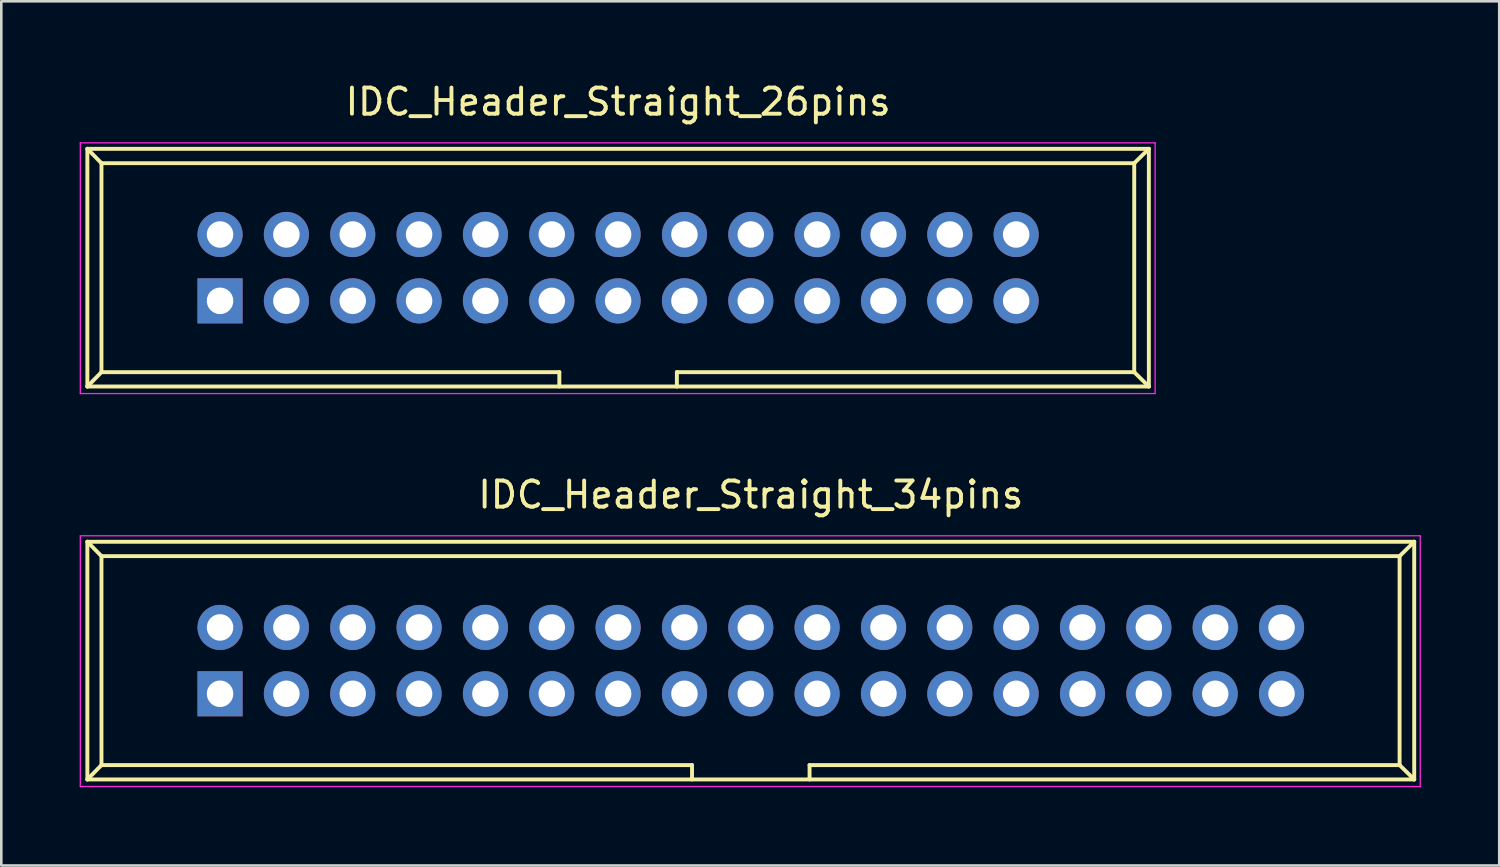
<source format=kicad_pcb>
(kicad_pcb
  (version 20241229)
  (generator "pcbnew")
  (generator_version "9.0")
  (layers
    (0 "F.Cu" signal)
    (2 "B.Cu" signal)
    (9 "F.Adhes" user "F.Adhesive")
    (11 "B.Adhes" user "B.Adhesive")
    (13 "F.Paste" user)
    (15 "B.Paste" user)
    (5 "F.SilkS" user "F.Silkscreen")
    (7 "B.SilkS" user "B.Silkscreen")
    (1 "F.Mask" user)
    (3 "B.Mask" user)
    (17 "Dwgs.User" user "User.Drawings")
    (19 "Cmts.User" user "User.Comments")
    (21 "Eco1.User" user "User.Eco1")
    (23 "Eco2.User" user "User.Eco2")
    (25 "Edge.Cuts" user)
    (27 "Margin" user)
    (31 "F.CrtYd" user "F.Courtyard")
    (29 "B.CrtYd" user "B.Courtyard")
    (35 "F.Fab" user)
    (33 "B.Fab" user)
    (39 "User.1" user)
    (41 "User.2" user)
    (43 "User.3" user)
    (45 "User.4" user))
  (footprint "IDC_Header_Straight_34pins"
    (layer "F.Cu")
    (at 5.375 23.512)
    (property "Reference" "IDC_Header_Straight_34pins" (at 20.32 -7.62 0) (layer "F.SilkS") (effects (font (size 1 1) (thickness 0.15))))
    (attr through_hole)
    (fp_line (start -5.08 -5.82) (end -5.08 3.28) (stroke (width 0.15) (type solid)) (layer "F.SilkS"))
    (fp_line (start -5.08 -5.82) (end -4.54 -5.27) (stroke (width 0.15) (type solid)) (layer "F.SilkS"))
    (fp_line (start -5.08 -5.82) (end 45.72 -5.82) (stroke (width 0.15) (type solid)) (layer "F.SilkS"))
    (fp_line (start -5.08 3.28) (end -4.54 2.73) (stroke (width 0.15) (type solid)) (layer "F.SilkS"))
    (fp_line (start -5.08 3.28) (end 45.72 3.28) (stroke (width 0.15) (type solid)) (layer "F.SilkS"))
    (fp_line (start -4.54 -5.27) (end -4.54 2.73) (stroke (width 0.15) (type solid)) (layer "F.SilkS"))
    (fp_line (start -4.54 -5.27) (end 45.16 -5.27) (stroke (width 0.15) (type solid)) (layer "F.SilkS"))
    (fp_line (start -4.54 2.73) (end 18.07 2.73) (stroke (width 0.15) (type solid)) (layer "F.SilkS"))
    (fp_line (start 18.07 2.73) (end 18.07 3.28) (stroke (width 0.15) (type solid)) (layer "F.SilkS"))
    (fp_line (start 22.57 2.73) (end 22.57 3.28) (stroke (width 0.15) (type solid)) (layer "F.SilkS"))
    (fp_line (start 22.57 2.73) (end 45.16 2.73) (stroke (width 0.15) (type solid)) (layer "F.SilkS"))
    (fp_line (start 45.16 -5.27) (end 45.16 2.73) (stroke (width 0.15) (type solid)) (layer "F.SilkS"))
    (fp_line (start 45.72 -5.82) (end 45.16 -5.27) (stroke (width 0.15) (type solid)) (layer "F.SilkS"))
    (fp_line (start 45.72 -5.82) (end 45.72 3.28) (stroke (width 0.15) (type solid)) (layer "F.SilkS"))
    (fp_line (start 45.72 3.28) (end 45.16 2.73) (stroke (width 0.15) (type solid)) (layer "F.SilkS"))
    (fp_line (start -5.35 -6.05) (end 45.95 -6.05) (stroke (width 0.05) (type solid)) (layer "F.CrtYd"))
    (fp_line (start -5.35 3.55) (end -5.35 -6.05) (stroke (width 0.05) (type solid)) (layer "F.CrtYd"))
    (fp_line (start 45.95 -6.05) (end 45.95 3.55) (stroke (width 0.05) (type solid)) (layer "F.CrtYd"))
    (fp_line (start 45.95 3.55) (end -5.35 3.55) (stroke (width 0.05) (type solid)) (layer "F.CrtYd"))
    (pad "1" thru_hole rect (at 0 0) (size 1.727 1.727) (drill 1.016) (layers "*.Cu" "*.Mask"))
    (pad "2" thru_hole oval (at 0 -2.54) (size 1.727 1.727) (drill 1.016) (layers "*.Cu" "*.Mask"))
    (pad "3" thru_hole oval (at 2.54 0) (size 1.727 1.727) (drill 1.016) (layers "*.Cu" "*.Mask"))
    (pad "4" thru_hole oval (at 2.54 -2.54) (size 1.727 1.727) (drill 1.016) (layers "*.Cu" "*.Mask"))
    (pad "5" thru_hole oval (at 5.08 0) (size 1.727 1.727) (drill 1.016) (layers "*.Cu" "*.Mask"))
    (pad "6" thru_hole oval (at 5.08 -2.54) (size 1.727 1.727) (drill 1.016) (layers "*.Cu" "*.Mask"))
    (pad "7" thru_hole oval (at 7.62 0) (size 1.727 1.727) (drill 1.016) (layers "*.Cu" "*.Mask"))
    (pad "8" thru_hole oval (at 7.62 -2.54) (size 1.727 1.727) (drill 1.016) (layers "*.Cu" "*.Mask"))
    (pad "9" thru_hole oval (at 10.16 0) (size 1.727 1.727) (drill 1.016) (layers "*.Cu" "*.Mask"))
    (pad "10" thru_hole oval (at 10.16 -2.54) (size 1.727 1.727) (drill 1.016) (layers "*.Cu" "*.Mask"))
    (pad "11" thru_hole oval (at 12.7 0) (size 1.727 1.727) (drill 1.016) (layers "*.Cu" "*.Mask"))
    (pad "12" thru_hole oval (at 12.7 -2.54) (size 1.727 1.727) (drill 1.016) (layers "*.Cu" "*.Mask"))
    (pad "13" thru_hole oval (at 15.24 0) (size 1.727 1.727) (drill 1.016) (layers "*.Cu" "*.Mask"))
    (pad "14" thru_hole oval (at 15.24 -2.54) (size 1.727 1.727) (drill 1.016) (layers "*.Cu" "*.Mask"))
    (pad "15" thru_hole oval (at 17.78 0) (size 1.727 1.727) (drill 1.016) (layers "*.Cu" "*.Mask"))
    (pad "16" thru_hole oval (at 17.78 -2.54) (size 1.727 1.727) (drill 1.016) (layers "*.Cu" "*.Mask"))
    (pad "17" thru_hole oval (at 20.32 0) (size 1.727 1.727) (drill 1.016) (layers "*.Cu" "*.Mask"))
    (pad "18" thru_hole oval (at 20.32 -2.54) (size 1.727 1.727) (drill 1.016) (layers "*.Cu" "*.Mask"))
    (pad "19" thru_hole oval (at 22.86 0) (size 1.727 1.727) (drill 1.016) (layers "*.Cu" "*.Mask"))
    (pad "20" thru_hole oval (at 22.86 -2.54) (size 1.727 1.727) (drill 1.016) (layers "*.Cu" "*.Mask"))
    (pad "21" thru_hole oval (at 25.4 0) (size 1.727 1.727) (drill 1.016) (layers "*.Cu" "*.Mask"))
    (pad "22" thru_hole oval (at 25.4 -2.54) (size 1.727 1.727) (drill 1.016) (layers "*.Cu" "*.Mask"))
    (pad "23" thru_hole oval (at 27.94 0) (size 1.727 1.727) (drill 1.016) (layers "*.Cu" "*.Mask"))
    (pad "24" thru_hole oval (at 27.94 -2.54) (size 1.727 1.727) (drill 1.016) (layers "*.Cu" "*.Mask"))
    (pad "25" thru_hole oval (at 30.48 0) (size 1.727 1.727) (drill 1.016) (layers "*.Cu" "*.Mask"))
    (pad "26" thru_hole oval (at 30.48 -2.54) (size 1.727 1.727) (drill 1.016) (layers "*.Cu" "*.Mask"))
    (pad "27" thru_hole oval (at 33.02 0) (size 1.727 1.727) (drill 1.016) (layers "*.Cu" "*.Mask"))
    (pad "28" thru_hole oval (at 33.02 -2.54) (size 1.727 1.727) (drill 1.016) (layers "*.Cu" "*.Mask"))
    (pad "29" thru_hole oval (at 35.56 0) (size 1.727 1.727) (drill 1.016) (layers "*.Cu" "*.Mask"))
    (pad "30" thru_hole oval (at 35.56 -2.54) (size 1.727 1.727) (drill 1.016) (layers "*.Cu" "*.Mask"))
    (pad "31" thru_hole oval (at 38.1 0) (size 1.727 1.727) (drill 1.016) (layers "*.Cu" "*.Mask"))
    (pad "32" thru_hole oval (at 38.1 -2.54) (size 1.727 1.727) (drill 1.016) (layers "*.Cu" "*.Mask"))
    (pad "33" thru_hole oval (at 40.64 0) (size 1.727 1.727) (drill 1.016) (layers "*.Cu" "*.Mask"))
    (pad "34" thru_hole oval (at 40.64 -2.54) (size 1.727 1.727) (drill 1.016) (layers "*.Cu" "*.Mask")))
  (footprint "IDC_Header_Straight_26pins"
    (layer "F.Cu")
    (at 5.375 8.468)
    (property "Reference" "IDC_Header_Straight_26pins" (at 15.24 -7.62 0) (layer "F.SilkS") (effects (font (size 1 1) (thickness 0.15))))
    (attr through_hole)
    (fp_line (start -5.08 -5.82) (end -5.08 3.28) (stroke (width 0.15) (type solid)) (layer "F.SilkS"))
    (fp_line (start -5.08 -5.82) (end -4.54 -5.27) (stroke (width 0.15) (type solid)) (layer "F.SilkS"))
    (fp_line (start -5.08 -5.82) (end 35.56 -5.82) (stroke (width 0.15) (type solid)) (layer "F.SilkS"))
    (fp_line (start -5.08 3.28) (end -4.54 2.73) (stroke (width 0.15) (type solid)) (layer "F.SilkS"))
    (fp_line (start -5.08 3.28) (end 35.56 3.28) (stroke (width 0.15) (type solid)) (layer "F.SilkS"))
    (fp_line (start -4.54 -5.27) (end -4.54 2.73) (stroke (width 0.15) (type solid)) (layer "F.SilkS"))
    (fp_line (start -4.54 -5.27) (end 35 -5.27) (stroke (width 0.15) (type solid)) (layer "F.SilkS"))
    (fp_line (start -4.54 2.73) (end 12.99 2.73) (stroke (width 0.15) (type solid)) (layer "F.SilkS"))
    (fp_line (start 12.99 2.73) (end 12.99 3.28) (stroke (width 0.15) (type solid)) (layer "F.SilkS"))
    (fp_line (start 17.49 2.73) (end 17.49 3.28) (stroke (width 0.15) (type solid)) (layer "F.SilkS"))
    (fp_line (start 17.49 2.73) (end 35 2.73) (stroke (width 0.15) (type solid)) (layer "F.SilkS"))
    (fp_line (start 35 -5.27) (end 35 2.73) (stroke (width 0.15) (type solid)) (layer "F.SilkS"))
    (fp_line (start 35.56 -5.82) (end 35 -5.27) (stroke (width 0.15) (type solid)) (layer "F.SilkS"))
    (fp_line (start 35.56 -5.82) (end 35.56 3.28) (stroke (width 0.15) (type solid)) (layer "F.SilkS"))
    (fp_line (start 35.56 3.28) (end 35 2.73) (stroke (width 0.15) (type solid)) (layer "F.SilkS"))
    (fp_line (start -5.35 -6.05) (end 35.8 -6.05) (stroke (width 0.05) (type solid)) (layer "F.CrtYd"))
    (fp_line (start -5.35 3.55) (end -5.35 -6.05) (stroke (width 0.05) (type solid)) (layer "F.CrtYd"))
    (fp_line (start 35.8 -6.05) (end 35.8 3.55) (stroke (width 0.05) (type solid)) (layer "F.CrtYd"))
    (fp_line (start 35.8 3.55) (end -5.35 3.55) (stroke (width 0.05) (type solid)) (layer "F.CrtYd"))
    (pad "1" thru_hole rect (at 0 0) (size 1.727 1.727) (drill 1.016) (layers "*.Cu" "*.Mask"))
    (pad "2" thru_hole oval (at 0 -2.54) (size 1.727 1.727) (drill 1.016) (layers "*.Cu" "*.Mask"))
    (pad "3" thru_hole oval (at 2.54 0) (size 1.727 1.727) (drill 1.016) (layers "*.Cu" "*.Mask"))
    (pad "4" thru_hole oval (at 2.54 -2.54) (size 1.727 1.727) (drill 1.016) (layers "*.Cu" "*.Mask"))
    (pad "5" thru_hole oval (at 5.08 0) (size 1.727 1.727) (drill 1.016) (layers "*.Cu" "*.Mask"))
    (pad "6" thru_hole oval (at 5.08 -2.54) (size 1.727 1.727) (drill 1.016) (layers "*.Cu" "*.Mask"))
    (pad "7" thru_hole oval (at 7.62 0) (size 1.727 1.727) (drill 1.016) (layers "*.Cu" "*.Mask"))
    (pad "8" thru_hole oval (at 7.62 -2.54) (size 1.727 1.727) (drill 1.016) (layers "*.Cu" "*.Mask"))
    (pad "9" thru_hole oval (at 10.16 0) (size 1.727 1.727) (drill 1.016) (layers "*.Cu" "*.Mask"))
    (pad "10" thru_hole oval (at 10.16 -2.54) (size 1.727 1.727) (drill 1.016) (layers "*.Cu" "*.Mask"))
    (pad "11" thru_hole oval (at 12.7 0) (size 1.727 1.727) (drill 1.016) (layers "*.Cu" "*.Mask"))
    (pad "12" thru_hole oval (at 12.7 -2.54) (size 1.727 1.727) (drill 1.016) (layers "*.Cu" "*.Mask"))
    (pad "13" thru_hole oval (at 15.24 0) (size 1.727 1.727) (drill 1.016) (layers "*.Cu" "*.Mask"))
    (pad "14" thru_hole oval (at 15.24 -2.54) (size 1.727 1.727) (drill 1.016) (layers "*.Cu" "*.Mask"))
    (pad "15" thru_hole oval (at 17.78 0) (size 1.727 1.727) (drill 1.016) (layers "*.Cu" "*.Mask"))
    (pad "16" thru_hole oval (at 17.78 -2.54) (size 1.727 1.727) (drill 1.016) (layers "*.Cu" "*.Mask"))
    (pad "17" thru_hole oval (at 20.32 0) (size 1.727 1.727) (drill 1.016) (layers "*.Cu" "*.Mask"))
    (pad "18" thru_hole oval (at 20.32 -2.54) (size 1.727 1.727) (drill 1.016) (layers "*.Cu" "*.Mask"))
    (pad "19" thru_hole oval (at 22.86 0) (size 1.727 1.727) (drill 1.016) (layers "*.Cu" "*.Mask"))
    (pad "20" thru_hole oval (at 22.86 -2.54) (size 1.727 1.727) (drill 1.016) (layers "*.Cu" "*.Mask"))
    (pad "21" thru_hole oval (at 25.4 0) (size 1.727 1.727) (drill 1.016) (layers "*.Cu" "*.Mask"))
    (pad "22" thru_hole oval (at 25.4 -2.54) (size 1.727 1.727) (drill 1.016) (layers "*.Cu" "*.Mask"))
    (pad "23" thru_hole oval (at 27.94 0) (size 1.727 1.727) (drill 1.016) (layers "*.Cu" "*.Mask"))
    (pad "24" thru_hole oval (at 27.94 -2.54) (size 1.727 1.727) (drill 1.016) (layers "*.Cu" "*.Mask"))
    (pad "25" thru_hole oval (at 30.48 0) (size 1.727 1.727) (drill 1.016) (layers "*.Cu" "*.Mask"))
    (pad "26" thru_hole oval (at 30.48 -2.54) (size 1.727 1.727) (drill 1.016) (layers "*.Cu" "*.Mask")))
  (gr_rect
    (start -3 -3)
    (end 54.35 30.087)
    (stroke (width 0.1) (type default))
    (fill no)
    (layer "Edge.Cuts")))
</source>
